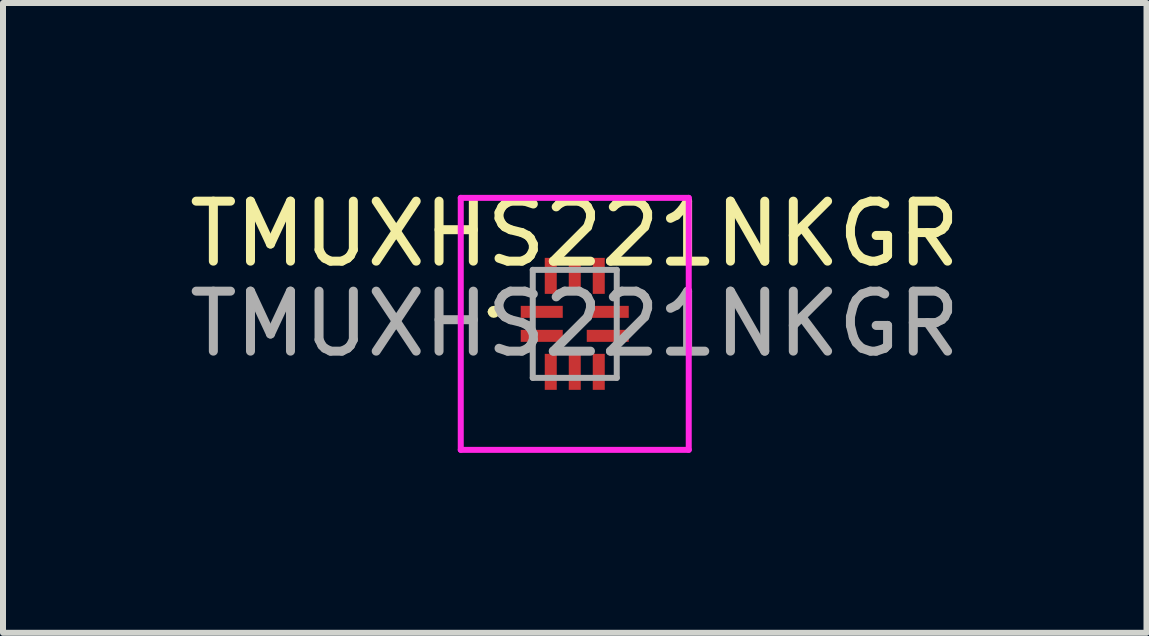
<source format=kicad_pcb>
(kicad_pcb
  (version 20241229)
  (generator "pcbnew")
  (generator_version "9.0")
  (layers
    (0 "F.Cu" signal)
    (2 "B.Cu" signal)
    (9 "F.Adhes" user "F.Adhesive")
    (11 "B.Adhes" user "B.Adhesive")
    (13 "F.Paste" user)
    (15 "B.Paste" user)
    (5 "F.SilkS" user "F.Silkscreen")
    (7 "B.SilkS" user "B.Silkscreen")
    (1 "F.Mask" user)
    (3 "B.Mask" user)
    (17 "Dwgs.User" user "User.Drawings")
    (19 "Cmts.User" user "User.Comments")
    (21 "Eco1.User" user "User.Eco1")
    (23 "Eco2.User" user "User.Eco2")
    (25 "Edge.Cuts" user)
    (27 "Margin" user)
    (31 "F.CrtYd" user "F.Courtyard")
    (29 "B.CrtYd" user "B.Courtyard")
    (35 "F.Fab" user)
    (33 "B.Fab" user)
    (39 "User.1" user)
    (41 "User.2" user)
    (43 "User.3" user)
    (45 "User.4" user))
  (footprint "TMUXHS221NKGR"
    (layer "F.Cu")
    (at 6.53 2.348)
    (property "Reference" "TMUXHS221NKGR" (at 0 -1.5 0) (layer "F.SilkS") (effects (font (size 1 1) (thickness 0.15))))
    (attr smd)
    (fp_line (start -1.4 -0.2) (end -1.4 -0.2) (stroke (width 0.1) (type solid)) (layer "F.SilkS"))
    (fp_line (start -1.3 -0.2) (end -1.3 -0.2) (stroke (width 0.1) (type solid)) (layer "F.SilkS"))
    (fp_arc (start -1.4 -0.2) (mid -1.35 -0.25) (end -1.3 -0.2) (stroke (width 0.1) (type solid)) (layer "F.SilkS"))
    (fp_arc (start -1.3 -0.2) (mid -1.35 -0.15) (end -1.4 -0.2) (stroke (width 0.1) (type solid)) (layer "F.SilkS"))
    (fp_line (start -1.9 -2.1) (end 1.9 -2.1) (stroke (width 0.1) (type solid)) (layer "F.CrtYd"))
    (fp_line (start -1.9 2.1) (end -1.9 -2.1) (stroke (width 0.1) (type solid)) (layer "F.CrtYd"))
    (fp_line (start 1.9 -2.1) (end 1.9 2.1) (stroke (width 0.1) (type solid)) (layer "F.CrtYd"))
    (fp_line (start 1.9 2.1) (end -1.9 2.1) (stroke (width 0.1) (type solid)) (layer "F.CrtYd"))
    (fp_line (start -0.7 -0.9) (end -0.7 0.9) (stroke (width 0.1) (type solid)) (layer "F.Fab"))
    (fp_line (start -0.7 0.9) (end 0.7 0.9) (stroke (width 0.1) (type solid)) (layer "F.Fab"))
    (fp_line (start 0.7 -0.9) (end -0.7 -0.9) (stroke (width 0.1) (type solid)) (layer "F.Fab"))
    (fp_line (start 0.7 0.9) (end 0.7 -0.9) (stroke (width 0.1) (type solid)) (layer "F.Fab"))
    (fp_text user "${REFERENCE}" (at 0 0 0) (layer "F.Fab") (effects (font (size 1 1) (thickness 0.15))))
    (pad "1" smd rect (at -0.55 -0.2 90) (size 0.2 0.7) (layers "F.Cu" "F.Mask" "F.Paste"))
    (pad "2" smd rect (at -0.55 0.2 90) (size 0.2 0.7) (layers "F.Cu" "F.Mask" "F.Paste"))
    (pad "3" smd rect (at -0.4 0.8) (size 0.2 0.6) (layers "F.Cu" "F.Mask" "F.Paste"))
    (pad "4" smd rect (at 0 0.8) (size 0.2 0.6) (layers "F.Cu" "F.Mask" "F.Paste"))
    (pad "5" smd rect (at 0.4 0.8) (size 0.2 0.6) (layers "F.Cu" "F.Mask" "F.Paste"))
    (pad "6" smd rect (at 0.55 0.2 90) (size 0.2 0.7) (layers "F.Cu" "F.Mask" "F.Paste"))
    (pad "7" smd rect (at 0.55 -0.2 90) (size 0.2 0.7) (layers "F.Cu" "F.Mask" "F.Paste"))
    (pad "8" smd rect (at 0.4 -0.8) (size 0.2 0.6) (layers "F.Cu" "F.Mask" "F.Paste"))
    (pad "9" smd rect (at 0 -0.8) (size 0.2 0.6) (layers "F.Cu" "F.Mask" "F.Paste"))
    (pad "10" smd rect (at -0.4 -0.8) (size 0.2 0.6) (layers "F.Cu" "F.Mask" "F.Paste")))
  (gr_rect
    (start -3 -3)
    (end 16.06 7.498)
    (stroke (width 0.1) (type default))
    (fill no)
    (layer "Edge.Cuts")))
</source>
